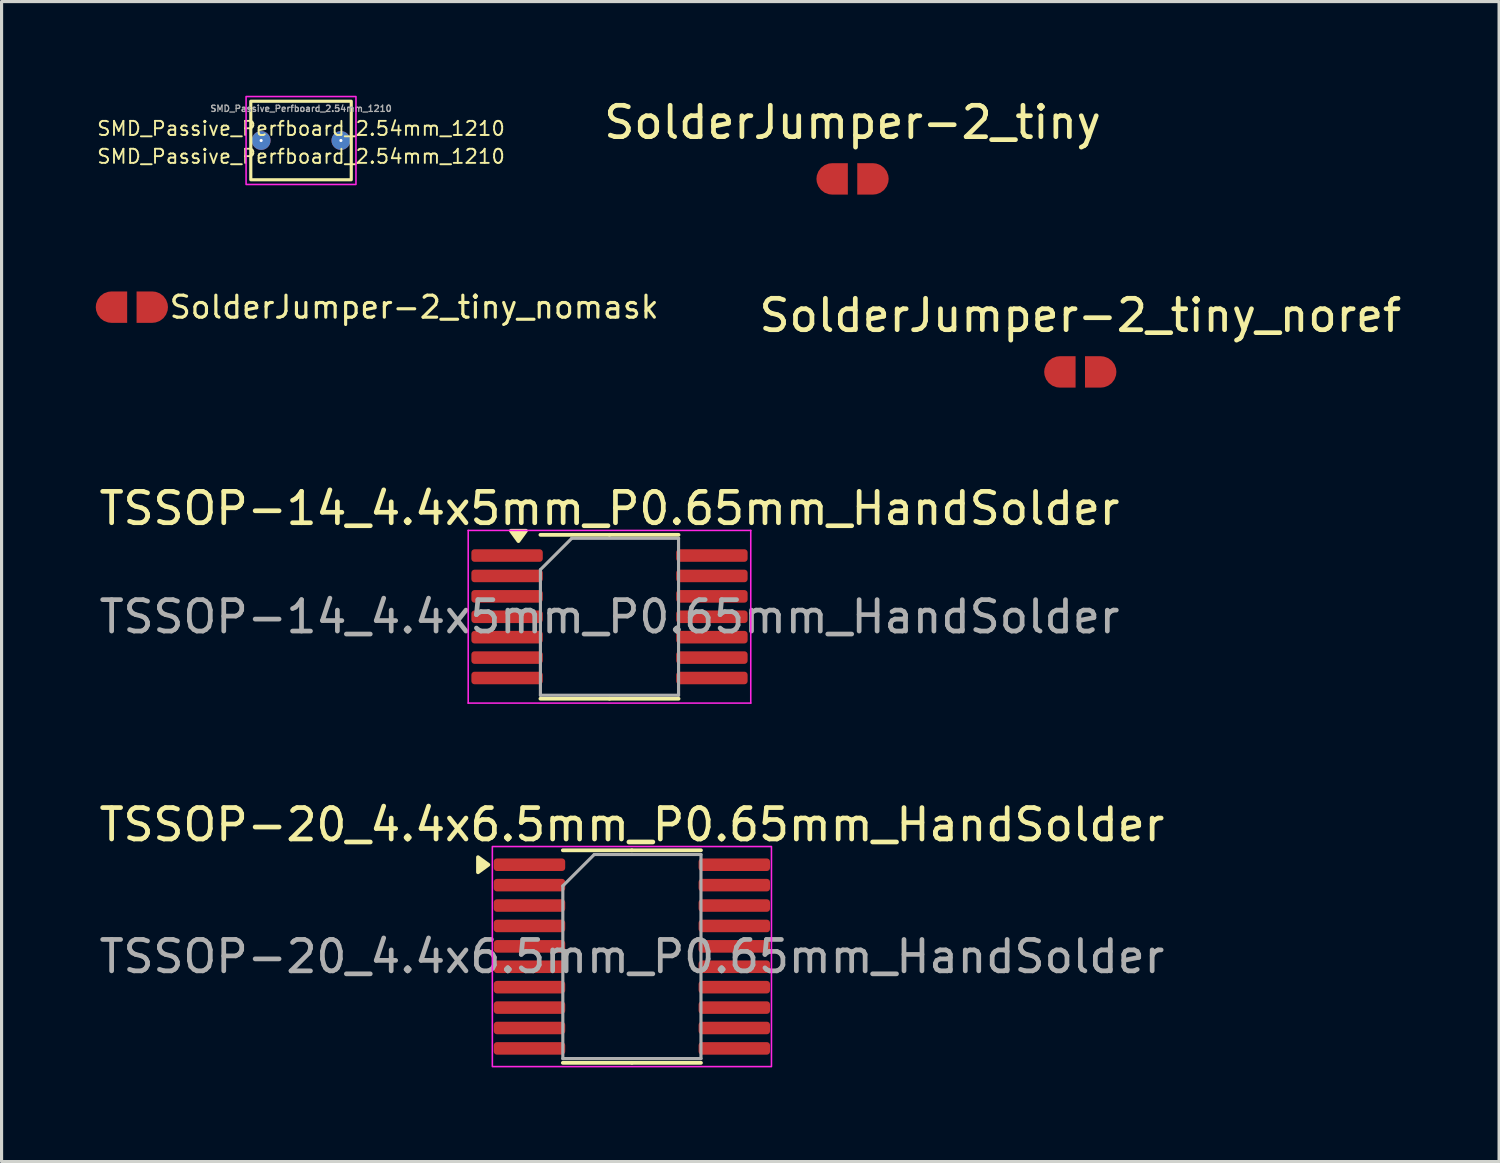
<source format=kicad_pcb>
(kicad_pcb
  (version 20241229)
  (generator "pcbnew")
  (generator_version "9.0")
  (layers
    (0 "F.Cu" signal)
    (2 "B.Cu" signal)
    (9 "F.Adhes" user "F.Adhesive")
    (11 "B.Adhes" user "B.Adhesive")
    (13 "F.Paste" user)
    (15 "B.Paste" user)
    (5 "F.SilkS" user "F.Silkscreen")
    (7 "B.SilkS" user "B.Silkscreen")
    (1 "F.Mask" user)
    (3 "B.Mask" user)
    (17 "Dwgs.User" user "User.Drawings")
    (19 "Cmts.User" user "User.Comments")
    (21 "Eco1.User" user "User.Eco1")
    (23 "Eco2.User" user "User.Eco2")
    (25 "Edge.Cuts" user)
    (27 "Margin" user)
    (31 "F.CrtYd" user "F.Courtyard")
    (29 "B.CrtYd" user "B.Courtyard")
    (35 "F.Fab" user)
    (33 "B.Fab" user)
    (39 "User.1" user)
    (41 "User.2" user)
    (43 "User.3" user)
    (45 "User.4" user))
  (footprint "TSSOP-20_4.4x6.5mm_P0.65mm_HandSolder"
    (layer "F.Cu")
    (at 17.077 27.418)
    (property "Reference" "TSSOP-20_4.4x6.5mm_P0.65mm_HandSolder" (at 0 -4.2 0) (layer "F.SilkS") (effects (font (size 1 1) (thickness 0.15))))
    (attr smd)
    (fp_line (start 0 -3.385) (end -2.2 -3.385) (stroke (width 0.12) (type solid)) (layer "F.SilkS"))
    (fp_line (start 0 -3.385) (end 2.2 -3.385) (stroke (width 0.12) (type solid)) (layer "F.SilkS"))
    (fp_line (start 0 3.385) (end -2.2 3.385) (stroke (width 0.12) (type solid)) (layer "F.SilkS"))
    (fp_line (start 0 3.385) (end 2.2 3.385) (stroke (width 0.12) (type solid)) (layer "F.SilkS"))
    (fp_poly (pts (xy -4.572 -2.925) (xy -4.902 -3.165) (xy -4.902 -2.685) (xy -4.572 -2.925)) (stroke (width 0.12) (type solid)) (fill yes) (layer "F.SilkS"))
    (fp_rect (start -4.445 -3.505) (end 4.445 3.505) (stroke (width 0.05) (type default)) (fill no) (layer "F.CrtYd"))
    (fp_line (start -2.2 -2.25) (end -1.2 -3.25) (stroke (width 0.1) (type solid)) (layer "F.Fab"))
    (fp_line (start -2.2 3.25) (end -2.2 -2.25) (stroke (width 0.1) (type solid)) (layer "F.Fab"))
    (fp_line (start -1.2 -3.25) (end 2.2 -3.25) (stroke (width 0.1) (type solid)) (layer "F.Fab"))
    (fp_line (start 2.2 -3.25) (end 2.2 3.25) (stroke (width 0.1) (type solid)) (layer "F.Fab"))
    (fp_line (start 2.2 3.25) (end -2.2 3.25) (stroke (width 0.1) (type solid)) (layer "F.Fab"))
    (fp_text user "${REFERENCE}" (at 0 0 0) (layer "F.Fab") (effects (font (size 1 1) (thickness 0.15))))
    (pad "1" smd roundrect (at -2.862 -2.925) (size 2.275 0.4) (drill (offset -0.4 0)) (layers "F.Cu" "F.Mask" "F.Paste") (roundrect_rratio 0.25))
    (pad "2" smd roundrect (at -2.862 -2.275) (size 2.275 0.4) (drill (offset -0.4 0)) (layers "F.Cu" "F.Mask" "F.Paste") (roundrect_rratio 0.25))
    (pad "3" smd roundrect (at -2.862 -1.625) (size 2.275 0.4) (drill (offset -0.4 0)) (layers "F.Cu" "F.Mask" "F.Paste") (roundrect_rratio 0.25))
    (pad "4" smd roundrect (at -2.862 -0.975) (size 2.275 0.4) (drill (offset -0.4 0)) (layers "F.Cu" "F.Mask" "F.Paste") (roundrect_rratio 0.25))
    (pad "5" smd roundrect (at -2.862 -0.325) (size 2.275 0.4) (drill (offset -0.4 0)) (layers "F.Cu" "F.Mask" "F.Paste") (roundrect_rratio 0.25))
    (pad "6" smd roundrect (at -2.862 0.325) (size 2.275 0.4) (drill (offset -0.4 0)) (layers "F.Cu" "F.Mask" "F.Paste") (roundrect_rratio 0.25))
    (pad "7" smd roundrect (at -2.862 0.975) (size 2.275 0.4) (drill (offset -0.4 0)) (layers "F.Cu" "F.Mask" "F.Paste") (roundrect_rratio 0.25))
    (pad "8" smd roundrect (at -2.862 1.625) (size 2.275 0.4) (drill (offset -0.4 0)) (layers "F.Cu" "F.Mask" "F.Paste") (roundrect_rratio 0.25))
    (pad "9" smd roundrect (at -2.862 2.275) (size 2.275 0.4) (drill (offset -0.4 0)) (layers "F.Cu" "F.Mask" "F.Paste") (roundrect_rratio 0.25))
    (pad "10" smd roundrect (at -2.862 2.925) (size 2.275 0.4) (drill (offset -0.4 0)) (layers "F.Cu" "F.Mask" "F.Paste") (roundrect_rratio 0.25))
    (pad "11" smd roundrect (at 2.862 2.925) (size 2.275 0.4) (drill (offset 0.4 0)) (layers "F.Cu" "F.Mask" "F.Paste") (roundrect_rratio 0.25))
    (pad "12" smd roundrect (at 2.862 2.275) (size 2.275 0.4) (drill (offset 0.4 0)) (layers "F.Cu" "F.Mask" "F.Paste") (roundrect_rratio 0.25))
    (pad "13" smd roundrect (at 2.862 1.625) (size 2.275 0.4) (drill (offset 0.4 0)) (layers "F.Cu" "F.Mask" "F.Paste") (roundrect_rratio 0.25))
    (pad "14" smd roundrect (at 2.862 0.975) (size 2.275 0.4) (drill (offset 0.4 0)) (layers "F.Cu" "F.Mask" "F.Paste") (roundrect_rratio 0.25))
    (pad "15" smd roundrect (at 2.862 0.325) (size 2.275 0.4) (drill (offset 0.4 0)) (layers "F.Cu" "F.Mask" "F.Paste") (roundrect_rratio 0.25))
    (pad "16" smd roundrect (at 2.862 -0.325) (size 2.275 0.4) (drill (offset 0.4 0)) (layers "F.Cu" "F.Mask" "F.Paste") (roundrect_rratio 0.25))
    (pad "17" smd roundrect (at 2.862 -0.975) (size 2.275 0.4) (drill (offset 0.4 0)) (layers "F.Cu" "F.Mask" "F.Paste") (roundrect_rratio 0.25))
    (pad "18" smd roundrect (at 2.862 -1.625) (size 2.275 0.4) (drill (offset 0.4 0)) (layers "F.Cu" "F.Mask" "F.Paste") (roundrect_rratio 0.25))
    (pad "19" smd roundrect (at 2.862 -2.275) (size 2.275 0.4) (drill (offset 0.4 0)) (layers "F.Cu" "F.Mask" "F.Paste") (roundrect_rratio 0.25))
    (pad "20" smd roundrect (at 2.862 -2.925) (size 2.275 0.4) (drill (offset 0.4 0)) (layers "F.Cu" "F.Mask" "F.Paste") (roundrect_rratio 0.25)))
  (footprint "SolderJumper-2_tiny_noref"
    (layer "F.Cu")
    (at 31.359 8.796)
    (property "Reference" "SolderJumper-2_tiny_noref" (at 0 -1.8 0) (layer "F.SilkS") (effects (font (size 1 1) (thickness 0.15))))
    (attr exclude_from_pos_files exclude_from_bom)
    (pad "1" smd roundrect (at -0.65 0) (size 1 1) (layers "F.Cu" "F.Mask") (roundrect_rratio 0.5) (chamfer_ratio 0) (chamfer top_right bottom_right))
    (pad "2" smd roundrect (at 0.65 0) (size 1 1) (layers "F.Cu" "F.Mask") (roundrect_rratio 0.5) (chamfer_ratio 0) (chamfer top_left bottom_left)))
  (footprint "SolderJumper-2_tiny_nomask"
    (layer "F.Cu")
    (at 1.15 6.733)
    (property "Reference" "SolderJumper-2_tiny_nomask" (at 1.143 0 0) (layer "F.SilkS") (effects (font (size 0.7 0.7) (thickness 0.1)) (justify left)))
    (attr exclude_from_pos_files exclude_from_bom)
    (fp_rect (start -0.15 -0.5) (end 0.15 0.5) (stroke (width 0) (type solid)) (fill yes) (layer "F.Mask"))
    (pad "1" smd roundrect (at -0.65 0) (size 1 1) (layers "F.Cu" "F.Mask") (roundrect_rratio 0.5) (chamfer_ratio 0) (chamfer top_right bottom_right))
    (pad "2" smd roundrect (at 0.65 0) (size 1 1) (layers "F.Cu" "F.Mask") (roundrect_rratio 0.5) (chamfer_ratio 0) (chamfer top_left bottom_left)))
  (footprint "SolderJumper-2_tiny"
    (layer "F.Cu")
    (at 24.105 2.648)
    (property "Reference" "SolderJumper-2_tiny" (at 0 -1.8 0) (layer "F.SilkS") (effects (font (size 1 1) (thickness 0.15))))
    (attr exclude_from_pos_files exclude_from_bom)
    (pad "1" smd roundrect (at -0.65 0) (size 1 1) (layers "F.Cu" "F.Mask") (roundrect_rratio 0.5) (chamfer_ratio 0) (chamfer top_right bottom_right))
    (pad "2" smd roundrect (at 0.65 0) (size 1 1) (layers "F.Cu" "F.Mask") (roundrect_rratio 0.5) (chamfer_ratio 0) (chamfer top_left bottom_left)))
  (footprint "TSSOP-14_4.4x5mm_P0.65mm_HandSolder"
    (layer "F.Cu")
    (at 16.363 16.595)
    (property "Reference" "TSSOP-14_4.4x5mm_P0.65mm_HandSolder" (at 0 -3.45 0) (layer "F.SilkS") (effects (font (size 1 1) (thickness 0.15))))
    (attr smd)
    (fp_line (start 0 -2.61) (end -2.2 -2.61) (stroke (width 0.12) (type solid)) (layer "F.SilkS"))
    (fp_line (start 0 -2.61) (end 2.2 -2.61) (stroke (width 0.12) (type solid)) (layer "F.SilkS"))
    (fp_line (start 0 2.61) (end -2.2 2.61) (stroke (width 0.12) (type solid)) (layer "F.SilkS"))
    (fp_line (start 0 2.61) (end 2.2 2.61) (stroke (width 0.12) (type solid)) (layer "F.SilkS"))
    (fp_poly (pts (xy -2.9 -2.41) (xy -3.14 -2.74) (xy -2.66 -2.74) (xy -2.9 -2.41)) (stroke (width 0.12) (type solid)) (fill yes) (layer "F.SilkS"))
    (fp_line (start -4.5 -2.75) (end -4.5 2.75) (stroke (width 0.05) (type solid)) (layer "F.CrtYd"))
    (fp_line (start -4.5 2.75) (end 4.5 2.75) (stroke (width 0.05) (type solid)) (layer "F.CrtYd"))
    (fp_line (start 4.5 -2.75) (end -4.5 -2.75) (stroke (width 0.05) (type solid)) (layer "F.CrtYd"))
    (fp_line (start 4.5 2.75) (end 4.5 -2.75) (stroke (width 0.05) (type solid)) (layer "F.CrtYd"))
    (fp_line (start -2.2 -1.5) (end -1.2 -2.5) (stroke (width 0.1) (type solid)) (layer "F.Fab"))
    (fp_line (start -2.2 2.5) (end -2.2 -1.5) (stroke (width 0.1) (type solid)) (layer "F.Fab"))
    (fp_line (start -1.2 -2.5) (end 2.2 -2.5) (stroke (width 0.1) (type solid)) (layer "F.Fab"))
    (fp_line (start 2.2 -2.5) (end 2.2 2.5) (stroke (width 0.1) (type solid)) (layer "F.Fab"))
    (fp_line (start 2.2 2.5) (end -2.2 2.5) (stroke (width 0.1) (type solid)) (layer "F.Fab"))
    (fp_text user "${REFERENCE}" (at 0 0 0) (layer "F.Fab") (effects (font (size 1 1) (thickness 0.15))))
    (pad "1" smd roundrect (at -2.862 -1.95) (size 2.275 0.4) (drill (offset -0.4 0)) (layers "F.Cu" "F.Mask" "F.Paste") (roundrect_rratio 0.25))
    (pad "2" smd roundrect (at -2.862 -1.3) (size 2.275 0.4) (drill (offset -0.4 0)) (layers "F.Cu" "F.Mask" "F.Paste") (roundrect_rratio 0.25))
    (pad "3" smd roundrect (at -2.862 -0.65) (size 2.275 0.4) (drill (offset -0.4 0)) (layers "F.Cu" "F.Mask" "F.Paste") (roundrect_rratio 0.25))
    (pad "4" smd roundrect (at -2.862 0) (size 2.275 0.4) (drill (offset -0.4 0)) (layers "F.Cu" "F.Mask" "F.Paste") (roundrect_rratio 0.25))
    (pad "5" smd roundrect (at -2.862 0.65) (size 2.275 0.4) (drill (offset -0.4 0)) (layers "F.Cu" "F.Mask" "F.Paste") (roundrect_rratio 0.25))
    (pad "6" smd roundrect (at -2.862 1.3) (size 2.275 0.4) (drill (offset -0.4 0)) (layers "F.Cu" "F.Mask" "F.Paste") (roundrect_rratio 0.25))
    (pad "7" smd roundrect (at -2.862 1.95) (size 2.275 0.4) (drill (offset -0.4 0)) (layers "F.Cu" "F.Mask" "F.Paste") (roundrect_rratio 0.25))
    (pad "8" smd roundrect (at 2.862 1.95) (size 2.275 0.4) (drill (offset 0.4 0)) (layers "F.Cu" "F.Mask" "F.Paste") (roundrect_rratio 0.25))
    (pad "9" smd roundrect (at 2.862 1.3) (size 2.275 0.4) (drill (offset 0.4 0)) (layers "F.Cu" "F.Mask" "F.Paste") (roundrect_rratio 0.25))
    (pad "10" smd roundrect (at 2.862 0.65) (size 2.275 0.4) (drill (offset 0.4 0)) (layers "F.Cu" "F.Mask" "F.Paste") (roundrect_rratio 0.25))
    (pad "11" smd roundrect (at 2.862 0) (size 2.275 0.4) (drill (offset 0.4 0)) (layers "F.Cu" "F.Mask" "F.Paste") (roundrect_rratio 0.25))
    (pad "12" smd roundrect (at 2.862 -0.65) (size 2.275 0.4) (drill (offset 0.4 0)) (layers "F.Cu" "F.Mask" "F.Paste") (roundrect_rratio 0.25))
    (pad "13" smd roundrect (at 2.862 -1.3) (size 2.275 0.4) (drill (offset 0.4 0)) (layers "F.Cu" "F.Mask" "F.Paste") (roundrect_rratio 0.25))
    (pad "14" smd roundrect (at 2.862 -1.95) (size 2.275 0.4) (drill (offset 0.4 0)) (layers "F.Cu" "F.Mask" "F.Paste") (roundrect_rratio 0.25)))
  (footprint "SMD_Passive_Perfboard_2.54mm_1210"
    (layer "F.Cu")
    (at 5.268 1.425)
    (property "Reference" "SMD_Passive_Perfboard_2.54mm_1210" (at 1.27 -0.381 0) (unlocked yes) (layer "F.SilkS") (effects (font (size 0.45 0.45) (thickness 0.06))))
    (property "Value" "SMD_Passive_Perfboard_2.54mm_1210" (at 0 2.31 0) (unlocked yes) (layer "F.Fab") (hide yes) (effects (font (size 1 1) (thickness 0.15))))
    (attr smd)
    (fp_rect (start -0.33 -1.25) (end 2.87 1.25) (stroke (width 0.1) (type default)) (fill no) (layer "F.SilkS"))
    (fp_circle (center 0 0) (end 0.359 0) (stroke (width 0.1) (type solid)) (fill yes) (layer "F.Paste"))
    (fp_circle (center 2.54 0) (end 2.899 0) (stroke (width 0.1) (type solid)) (fill yes) (layer "F.Paste"))
    (fp_rect (start -0.48 -1.4) (end 3.02 1.4) (stroke (width 0.05) (type default)) (fill no) (layer "F.CrtYd"))
    (fp_text user "${VALUE}" (at 1.27 0.508 0) (unlocked yes) (layer "F.SilkS") (effects (font (size 0.45 0.45) (thickness 0.06))))
    (fp_text user "${REFERENCE}" (at 1.27 -1.016 0) (layer "F.Fab") (effects (font (size 0.2 0.2) (thickness 0.04) (bold yes))))
    (pad "1" thru_hole circle (at 0 0) (size 0.6 0.6) (drill 0.1) (layers "*.Cu" "*.Mask"))
    (pad "2" thru_hole circle (at 2.54 0) (size 0.6 0.6) (drill 0.1) (layers "*.Cu" "*.Mask")))
  (gr_rect
    (start -3 -3)
    (end 44.698 33.948)
    (stroke (width 0.1) (type default))
    (fill no)
    (layer "Edge.Cuts")))
</source>
